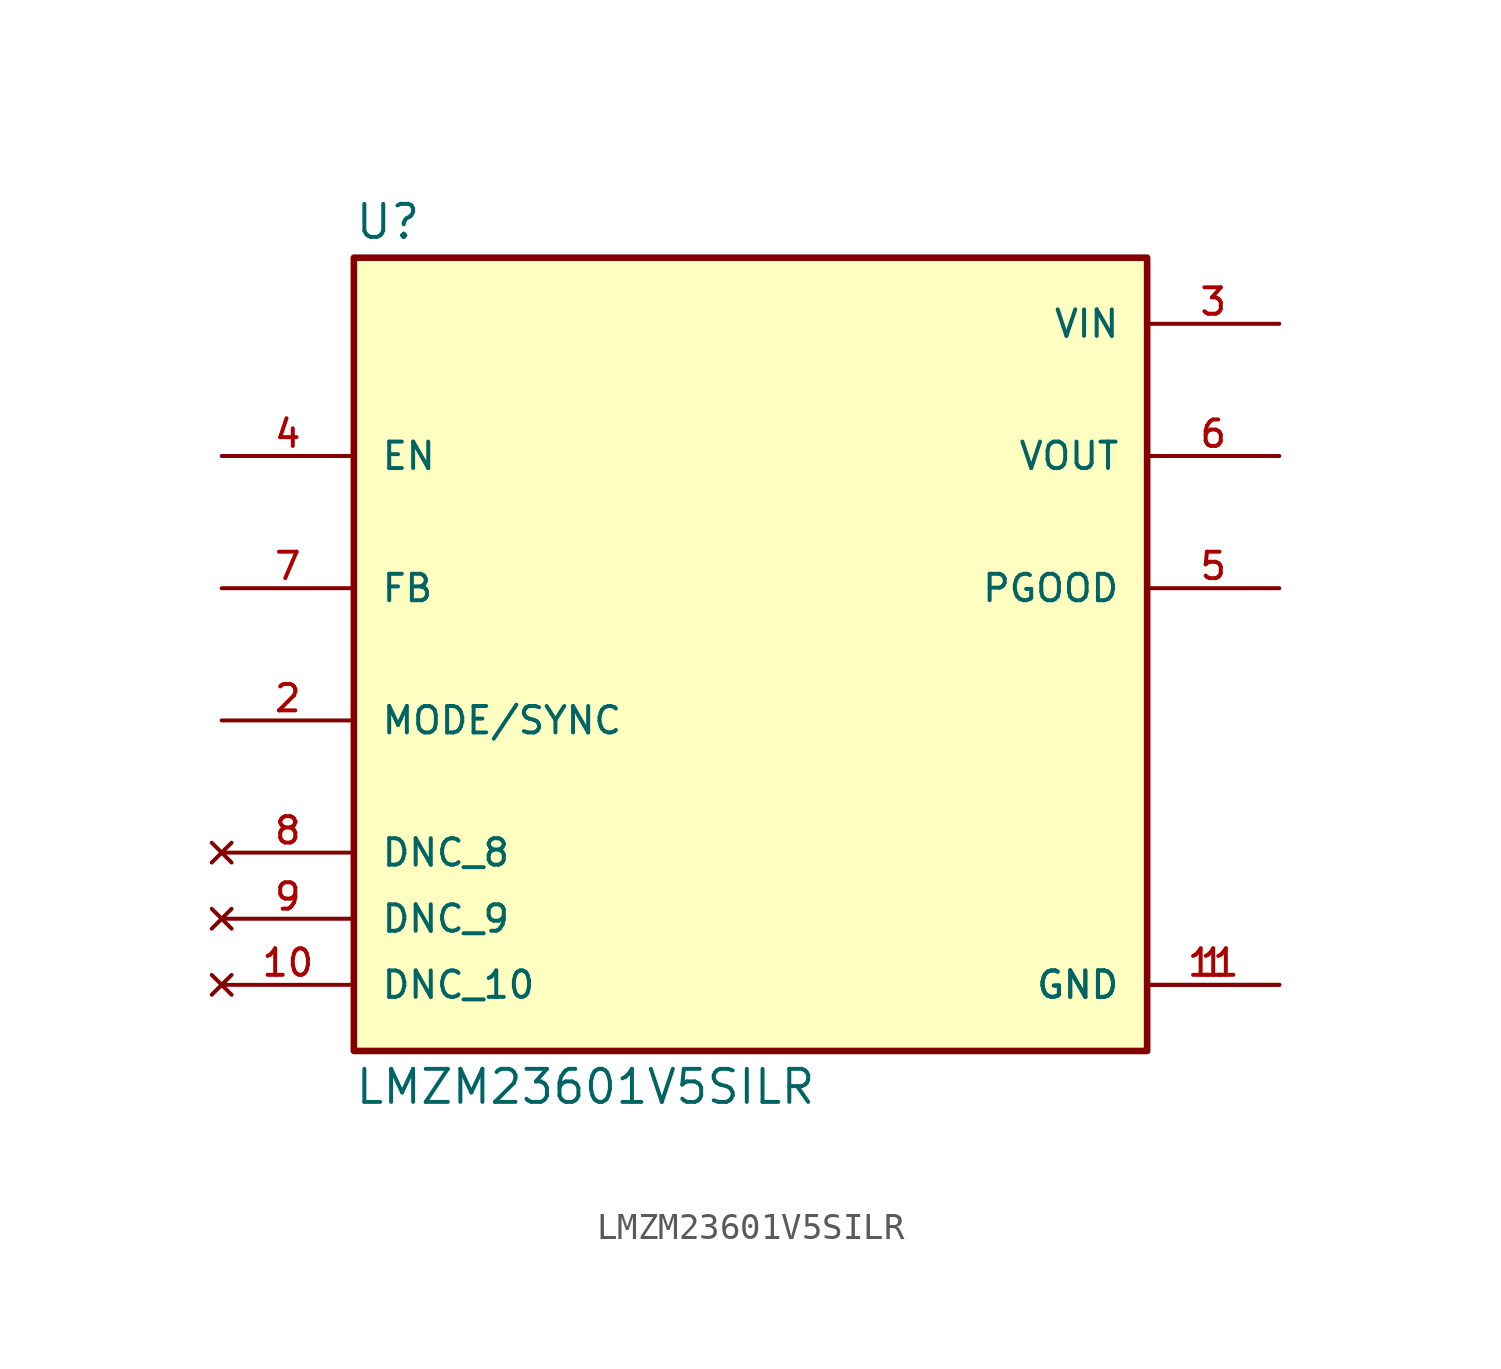
<source format=kicad_sym>
(kicad_symbol_lib
  (version 20211014)
  (generator kicad_symbol_editor)
  (symbol "LMZM23601V5SILR"
    (pin_names
      (offset 1.016))
    (property "Reference" "U"
      (at -15.24 15.875 0)
      (effects (font (size 1.27 1.27)) (justify bottom left)))
    (property "Value" "LMZM23601V5SILR"
      (at -15.24 -15.875 0)
      (effects (font (size 1.27 1.27)) (justify top left)))
    (symbol "LMZM23601V5SILR_0_0"
      (rectangle (start -15.24 -15.24) (end 15.24 15.24) (stroke (width 0.254)) (fill (type background)))
      (pin power_in line (at 20.32 -12.7 180.0) (length 5.08) (name "GND" (effects (font (size 1.016 1.016)))) (number "1" (effects (font (size 1.016 1.016)))))
      (pin power_in line (at 20.32 -12.7 180.0) (length 5.08) (name "GND" (effects (font (size 1.016 1.016)))) (number "11" (effects (font (size 1.016 1.016)))))
      (pin input line (at -20.32 -2.54 0) (length 5.08) (name "MODE/SYNC" (effects (font (size 1.016 1.016)))) (number "2" (effects (font (size 1.016 1.016)))))
      (pin power_in line (at 20.32 12.7 180.0) (length 5.08) (name "VIN" (effects (font (size 1.016 1.016)))) (number "3" (effects (font (size 1.016 1.016)))))
      (pin input line (at -20.32 7.62 0) (length 5.08) (name "EN" (effects (font (size 1.016 1.016)))) (number "4" (effects (font (size 1.016 1.016)))))
      (pin output line (at 20.32 2.54 180.0) (length 5.08) (name "PGOOD" (effects (font (size 1.016 1.016)))) (number "5" (effects (font (size 1.016 1.016)))))
      (pin output line (at 20.32 7.62 180.0) (length 5.08) (name "VOUT" (effects (font (size 1.016 1.016)))) (number "6" (effects (font (size 1.016 1.016)))))
      (pin input line (at -20.32 2.54 0) (length 5.08) (name "FB" (effects (font (size 1.016 1.016)))) (number "7" (effects (font (size 1.016 1.016)))))
      (pin no_connect line (at -20.32 -7.62 0) (length 5.08) (name "DNC_8" (effects (font (size 1.016 1.016)))) (number "8" (effects (font (size 1.016 1.016)))))
      (pin no_connect line (at -20.32 -10.16 0) (length 5.08) (name "DNC_9" (effects (font (size 1.016 1.016)))) (number "9" (effects (font (size 1.016 1.016)))))
      (pin no_connect line (at -20.32 -12.7 0) (length 5.08) (name "DNC_10" (effects (font (size 1.016 1.016)))) (number "10" (effects (font (size 1.016 1.016))))))))
</source>
